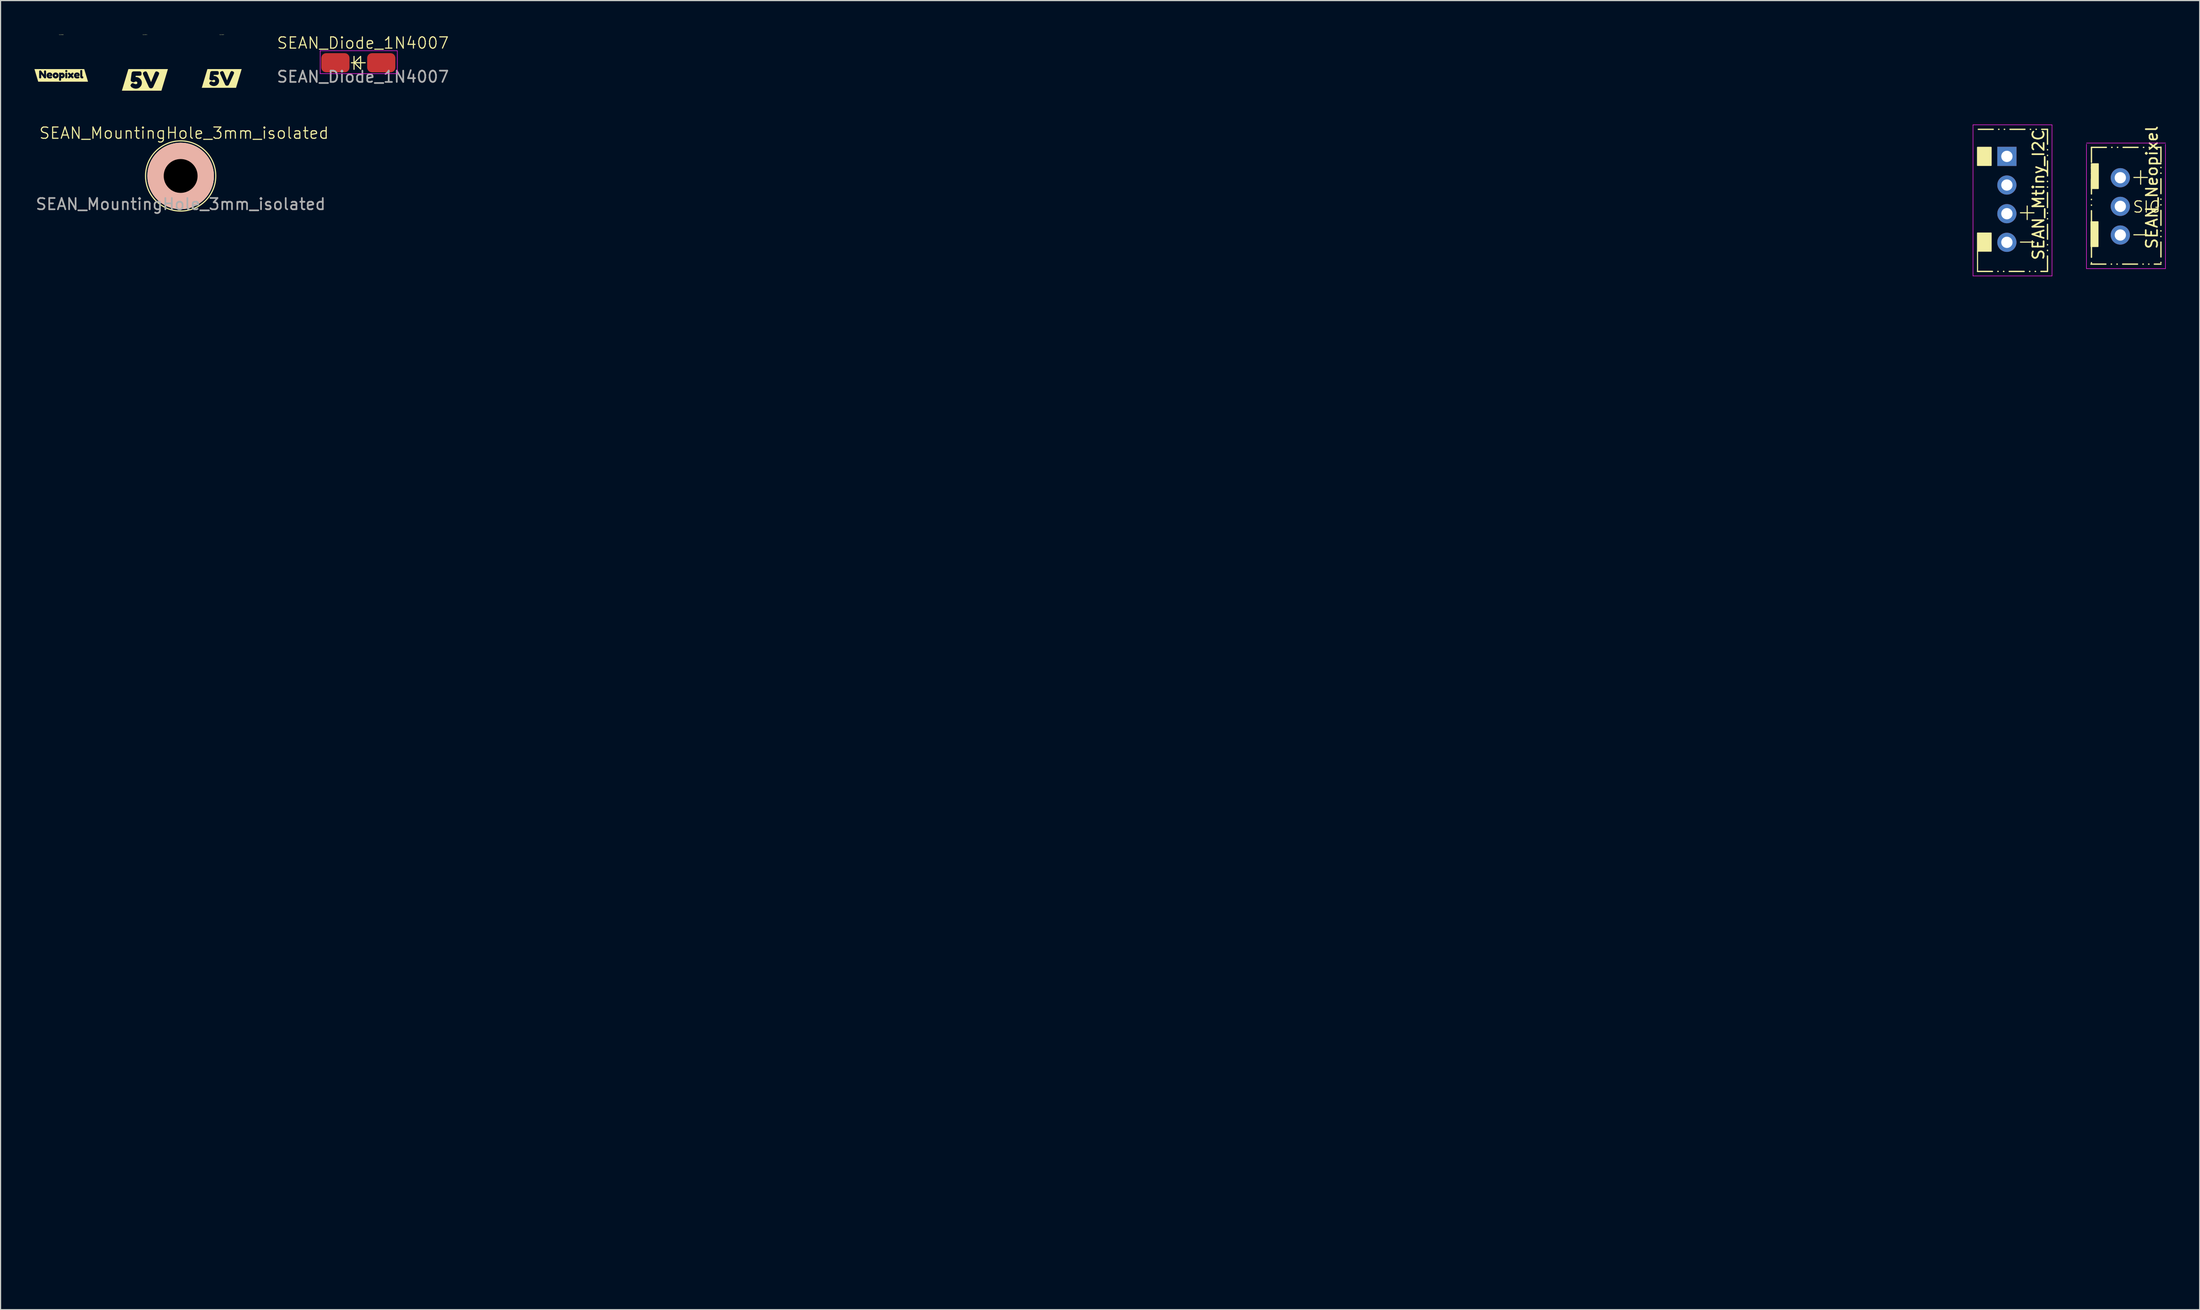
<source format=kicad_pcb>
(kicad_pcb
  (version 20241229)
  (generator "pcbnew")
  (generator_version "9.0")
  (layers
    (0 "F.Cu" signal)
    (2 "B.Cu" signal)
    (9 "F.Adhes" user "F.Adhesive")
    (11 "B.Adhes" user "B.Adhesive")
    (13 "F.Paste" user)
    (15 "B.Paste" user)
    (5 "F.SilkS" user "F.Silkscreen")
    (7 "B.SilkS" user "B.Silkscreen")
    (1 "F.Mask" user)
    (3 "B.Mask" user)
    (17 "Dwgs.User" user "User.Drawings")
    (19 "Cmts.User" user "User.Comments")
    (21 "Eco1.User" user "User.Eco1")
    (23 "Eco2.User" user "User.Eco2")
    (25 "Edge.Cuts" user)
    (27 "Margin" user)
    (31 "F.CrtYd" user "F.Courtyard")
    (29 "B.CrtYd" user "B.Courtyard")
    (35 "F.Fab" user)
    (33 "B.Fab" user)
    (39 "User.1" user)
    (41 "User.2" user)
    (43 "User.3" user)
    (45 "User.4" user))
  (footprint "kibuzzard-66916E83"
    (layer "F.Cu")
    (at 2.375 3.634)
    (property "Reference" "kibuzzard-66916E83" (at 0 -3.608 0) (layer "F.SilkS") (effects (font (size 0.025 0.025) (thickness 0.15))))
    (attr board_only exclude_from_pos_files exclude_from_bom)
    (fp_poly (pts (xy -1.106 -0.031) (xy -0.993 -0.031) (xy -0.966 -0.055) (xy -0.982 -0.084) (xy -1.025 -0.095) (xy -1.082 -0.075) (xy -1.106 -0.031)) (stroke (width 0) (type solid)) (fill yes) (layer "F.SilkS"))
    (fp_poly (pts (xy 1.321 -0.031) (xy 1.433 -0.031) (xy 1.46 -0.055) (xy 1.444 -0.084) (xy 1.401 -0.095) (xy 1.344 -0.075) (xy 1.321 -0.031)) (stroke (width 0) (type solid)) (fill yes) (layer "F.SilkS"))
    (fp_poly (pts (xy -0.416 0.008) (xy -0.439 -0.052) (xy -0.5 -0.074) (xy -0.556 -0.05) (xy -0.58 0.009) (xy -0.554 0.07) (xy -0.499 0.09) (xy -0.443 0.07) (xy -0.416 0.008)) (stroke (width 0) (type solid)) (fill yes) (layer "F.SilkS"))
    (fp_poly (pts (xy 0.131 0.01) (xy 0.11 -0.042) (xy 0.059 -0.063) (xy 0.008 -0.042) (xy -0.013 0.01) (xy 0.008 0.06) (xy 0.058 0.082) (xy 0.109 0.06) (xy 0.131 0.01)) (stroke (width 0) (type solid)) (fill yes) (layer "F.SilkS"))
    (fp_poly (pts (xy -1.956 -0.56) (xy -2.039 -0.56) (xy -2.375 -0.56) (xy -2.039 0.56) (xy -1.956 0.56) (xy -1.866 0.56) (xy -1.866 0.264) (xy -1.917 0.257) (xy -1.944 0.234) (xy -1.954 0.207) (xy -1.956 0.172) (xy -1.956 -0.348) (xy -1.954 -0.382) (xy -1.944 -0.408) (xy -1.916 -0.43) (xy -1.864 -0.436) (xy -1.818 -0.43) (xy -1.793 -0.418) (xy -1.775 -0.397) (xy -1.524 -0.061) (xy -1.524 -0.348) (xy -1.522 -0.381) (xy -1.512 -0.408) (xy -1.484 -0.429) (xy -1.432 -0.436) (xy -1.38 -0.429) (xy -1.352 -0.406) (xy -1.342 -0.379) (xy -1.341 -0.344) (xy -1.341 0.173) (xy -1.342 0.207) (xy -1.352 0.234) (xy -1.38 0.257) (xy -1.433 0.264) (xy -1.485 0.258) (xy -1.514 0.237) (xy -1.774 -0.106) (xy -1.774 0.173) (xy -1.775 0.207) (xy -1.785 0.234) (xy -1.813 0.257) (xy -1.866 0.264) (xy -1.866 0.56) (xy -1.024 0.56) (xy -1.024 0.275) (xy -1.092 0.269) (xy -1.151 0.25) (xy -1.2 0.222) (xy -1.236 0.186) (xy -1.263 0.145) (xy -1.282 0.102) (xy -1.294 0.057) (xy -1.298 0.012) (xy -1.289 -0.062) (xy -1.264 -0.127) (xy -1.221 -0.181) (xy -1.165 -0.223) (xy -1.099 -0.248) (xy -1.023 -0.256) (xy -0.955 -0.249) (xy -0.897 -0.227) (xy -0.852 -0.191) (xy -0.807 -0.124) (xy -0.792 -0.054) (xy -0.799 -0.004) (xy -0.82 0.033) (xy -0.852 0.056) (xy -0.892 0.064) (xy -1.106 0.064) (xy -1.076 0.102) (xy -1.016 0.116) (xy -0.935 0.103) (xy -0.889 0.09) (xy -0.856 0.102) (xy -0.829 0.138) (xy -0.816 0.184) (xy -0.829 0.224) (xy -0.868 0.252) (xy -0.933 0.269) (xy -1.024 0.275) (xy -1.024 0.56) (xy -0.497 0.56) (xy -0.497 0.273) (xy -0.562 0.265) (xy -0.623 0.24) (xy -0.68 0.198) (xy -0.726 0.144) (xy -0.754 0.081) (xy -0.763 0.01) (xy -0.754 -0.06) (xy -0.728 -0.122) (xy -0.685 -0.178) (xy -0.63 -0.222) (xy -0.567 -0.248) (xy -0.499 -0.257) (xy -0.428 -0.248) (xy -0.365 -0.223) (xy -0.31 -0.18) (xy -0.267 -0.125) (xy -0.241 -0.062) (xy -0.232 0.009) (xy -0.242 0.082) (xy -0.269 0.146) (xy -0.315 0.2) (xy -0.372 0.24) (xy -0.432 0.265) (xy -0.497 0.273) (xy -0.497 0.56) (xy -0.103 0.56) (xy -0.103 0.476) (xy -0.147 0.471) (xy -0.173 0.458) (xy -0.187 0.438) (xy -0.192 0.415) (xy -0.192 0.388) (xy -0.192 -0.156) (xy -0.191 -0.189) (xy -0.182 -0.215) (xy -0.155 -0.238) (xy -0.104 -0.245) (xy -0.05 -0.237) (xy -0.017 -0.213) (xy 0.03 -0.236) (xy 0.082 -0.244) (xy 0.14 -0.235) (xy 0.193 -0.21) (xy 0.242 -0.167) (xy 0.282 -0.113) (xy 0.306 -0.055) (xy 0.313 0.008) (xy 0.306 0.071) (xy 0.282 0.128) (xy 0.243 0.179) (xy 0.194 0.22) (xy 0.141 0.244) (xy 0.082 0.252) (xy 0.031 0.245) (xy -0.013 0.226) (xy -0.013 0.387) (xy -0.014 0.42) (xy -0.023 0.448) (xy -0.051 0.469) (xy -0.103 0.476) (xy -0.103 0.56) (xy 0.449 0.56) (xy 0.449 0.264) (xy 0.397 0.257) (xy 0.37 0.234) (xy 0.36 0.207) (xy 0.359 0.173) (xy 0.359 -0.154) (xy 0.36 -0.187) (xy 0.37 -0.214) (xy 0.398 -0.237) (xy 0.449 -0.244) (xy 0.449 -0.293) (xy 0.397 -0.3) (xy 0.37 -0.323) (xy 0.36 -0.351) (xy 0.359 -0.384) (xy 0.36 -0.418) (xy 0.37 -0.445) (xy 0.398 -0.467) (xy 0.45 -0.474) (xy 0.501 -0.467) (xy 0.529 -0.444) (xy 0.538 -0.417) (xy 0.54 -0.383) (xy 0.538 -0.349) (xy 0.529 -0.322) (xy 0.501 -0.3) (xy 0.449 -0.293) (xy 0.449 -0.244) (xy 0.45 -0.244) (xy 0.501 -0.237) (xy 0.529 -0.214) (xy 0.538 -0.186) (xy 0.54 -0.152) (xy 0.54 0.174) (xy 0.538 0.208) (xy 0.529 0.234) (xy 0.501 0.257) (xy 0.449 0.264) (xy 0.449 0.56) (xy 1.002 0.56) (xy 1.002 0.27) (xy 0.94 0.234) (xy 0.844 0.137) (xy 0.747 0.234) (xy 0.685 0.27) (xy 0.621 0.234) (xy 0.585 0.168) (xy 0.621 0.107) (xy 0.717 0.009) (xy 0.621 -0.089) (xy 0.584 -0.15) (xy 0.621 -0.217) (xy 0.685 -0.253) (xy 0.747 -0.217) (xy 0.844 -0.119) (xy 0.94 -0.217) (xy 1.003 -0.253) (xy 1.067 -0.217) (xy 1.104 -0.151) (xy 1.067 -0.089) (xy 0.97 0.009) (xy 1.067 0.107) (xy 1.104 0.168) (xy 1.067 0.234) (xy 1.002 0.27) (xy 1.002 0.56) (xy 1.402 0.56) (xy 1.402 0.275) (xy 1.335 0.269) (xy 1.276 0.25) (xy 1.227 0.222) (xy 1.19 0.186) (xy 1.163 0.145) (xy 1.144 0.102) (xy 1.132 0.057) (xy 1.129 0.012) (xy 1.137 -0.062) (xy 1.163 -0.127) (xy 1.205 -0.181) (xy 1.261 -0.223) (xy 1.327 -0.248) (xy 1.403 -0.256) (xy 1.472 -0.249) (xy 1.529 -0.227) (xy 1.575 -0.191) (xy 1.619 -0.124) (xy 1.634 -0.054) (xy 1.627 -0.004) (xy 1.607 0.033) (xy 1.575 0.056) (xy 1.534 0.064) (xy 1.321 0.064) (xy 1.351 0.102) (xy 1.41 0.116) (xy 1.491 0.103) (xy 1.537 0.09) (xy 1.57 0.102) (xy 1.597 0.138) (xy 1.61 0.184) (xy 1.597 0.224) (xy 1.558 0.252) (xy 1.493 0.269) (xy 1.402 0.275) (xy 1.402 0.56) (xy 1.892 0.56) (xy 1.892 0.264) (xy 1.836 0.262) (xy 1.794 0.257) (xy 1.731 0.229) (xy 1.694 0.167) (xy 1.687 0.12) (xy 1.684 0.059) (xy 1.684 -0.385) (xy 1.686 -0.42) (xy 1.695 -0.447) (xy 1.723 -0.469) (xy 1.776 -0.476) (xy 1.827 -0.469) (xy 1.854 -0.446) (xy 1.864 -0.418) (xy 1.866 -0.384) (xy 1.866 0.048) (xy 1.869 0.083) (xy 1.893 0.089) (xy 1.914 0.09) (xy 1.933 0.099) (xy 1.95 0.125) (xy 1.956 0.174) (xy 1.95 0.226) (xy 1.933 0.253) (xy 1.914 0.262) (xy 1.892 0.264) (xy 1.892 0.56) (xy 1.956 0.56) (xy 2.039 0.56) (xy 2.375 0.56) (xy 2.039 -0.56) (xy 1.956 -0.56) (xy -1.956 -0.56)) (stroke (width 0) (type solid)) (fill yes) (layer "F.SilkS")))
  (footprint "SEAN_Diode_1N4007"
    (layer "F.Cu")
    (at 28.702 2.513)
    (property "Reference" "SEAN_Diode_1N4007" (at 0.406 -1.753 0) (unlocked yes) (layer "F.SilkS") (effects (font (size 1 1) (thickness 0.1))))
    (attr smd)
    (fp_line (start -0.381 -0.559) (end -0.381 0.584) (stroke (width 0.1) (type default)) (layer "F.SilkS"))
    (fp_line (start -0.356 0) (end 0.203 0.559) (stroke (width 0.1) (type default)) (layer "F.SilkS"))
    (fp_line (start -0.356 0) (end 0.203 -0.559) (stroke (width 0.1) (type default)) (layer "F.SilkS"))
    (fp_line (start 0.203 0.559) (end 0.203 -0.559) (stroke (width 0.1) (type default)) (layer "F.SilkS"))
    (fp_line (start 0.61 0) (end -0.61 0) (stroke (width 0.1) (type default)) (layer "F.SilkS"))
    (fp_line (start -3.378 -1.067) (end 3.429 -1.067) (stroke (width 0.05) (type default)) (layer "F.CrtYd"))
    (fp_line (start -3.378 0.965) (end -3.378 -1.067) (stroke (width 0.05) (type default)) (layer "F.CrtYd"))
    (fp_line (start 3.454 -1.067) (end 3.454 0.965) (stroke (width 0.05) (type default)) (layer "F.CrtYd"))
    (fp_line (start 3.454 0.965) (end -3.378 0.965) (stroke (width 0.05) (type default)) (layer "F.CrtYd"))
    (fp_text user "${REFERENCE}" (at 0.406 1.247 0) (unlocked yes) (layer "F.Fab") (effects (font (size 1 1) (thickness 0.15))))
    (pad "1" smd roundrect (at -2.032 0) (size 2.5 1.7) (layers "F.Cu" "F.Mask" "F.Paste") (roundrect_rratio 0.25))
    (pad "2" smd roundrect (at 2.032 0) (size 2.5 1.7) (layers "F.Cu" "F.Mask" "F.Paste") (roundrect_rratio 0.25)))
  (footprint "SEAN_Mtiny_I2C"
    (layer "F.Cu")
    (at 174.783 10.817)
    (property "Reference" "SEAN_Mtiny_I2C" (at 2.8 3.4 270) (layer "F.SilkS") (effects (font (size 1 1) (thickness 0.15))))
    (attr through_hole)
    (fp_line (start -2.6 10.2) (end -2.6 8.4) (stroke (width 0.1) (type default)) (layer "F.SilkS"))
    (fp_line (start -2.6 10.2) (end 3.6 10.2) (stroke (width 0.12) (type dash_dot_dot)) (layer "F.SilkS"))
    (fp_line (start -2.53 -2.4) (end 3.6 -2.4) (stroke (width 0.12) (type dash_dot_dot)) (layer "F.SilkS"))
    (fp_line (start 1.2 5) (end 2.4 5) (stroke (width 0.1) (type default)) (layer "F.SilkS"))
    (fp_line (start 1.2 7.6) (end 2.4 7.6) (stroke (width 0.1) (type default)) (layer "F.SilkS"))
    (fp_line (start 1.8 4.4) (end 1.8 5.6) (stroke (width 0.1) (type default)) (layer "F.SilkS"))
    (fp_line (start 3.6 -2.4) (end 3.6 10.2) (stroke (width 0.12) (type dash_dot_dot)) (layer "F.SilkS"))
    (fp_poly (pts (xy -2.6 8.4) (xy -1.4 8.4) (xy -1.4 6.8) (xy -2.6 6.8) (xy -2.6 0.8) (xy -1.4 0.8) (xy -1.4 -0.8) (xy -2.6 -0.8) (xy -2.6 -2.4)) (stroke (width 0.1) (type solid)) (fill yes) (layer "F.SilkS"))
    (fp_line (start -3 -2.8) (end -3 10.6) (stroke (width 0.05) (type solid)) (layer "F.CrtYd"))
    (fp_line (start -3 10.6) (end 4 10.6) (stroke (width 0.05) (type solid)) (layer "F.CrtYd"))
    (fp_line (start 4 -2.8) (end -3 -2.8) (stroke (width 0.05) (type solid)) (layer "F.CrtYd"))
    (fp_line (start 4 10.6) (end 4 -2.8) (stroke (width 0.05) (type solid)) (layer "F.CrtYd"))
    (pad "1" thru_hole oval (at 0 7.62) (size 1.7 1.7) (drill 1) (layers "*.Cu" "*.Mask"))
    (pad "2" thru_hole oval (at 0 5.08) (size 1.7 1.7) (drill 1) (layers "*.Cu" "*.Mask"))
    (pad "3" thru_hole oval (at 0 2.54) (size 1.7 1.7) (drill 1) (layers "*.Cu" "*.Mask"))
    (pad "4" thru_hole rect (at 0 0) (size 1.7 1.7) (drill 1) (layers "*.Cu" "*.Mask")))
  (footprint "kibuzzard-6691741D"
    (layer "F.Cu")
    (at 9.79 4.033)
    (property "Reference" "kibuzzard-6691741D" (at 0 -4.007 0) (layer "F.SilkS") (effects (font (size 0.025 0.025) (thickness 0.15))))
    (attr board_only exclude_from_pos_files exclude_from_bom)
    (fp_poly (pts (xy -1.285 -0.959) (xy -1.464 -0.959) (xy -2.04 0.959) (xy -1.464 0.959) (xy -1.285 0.959) (xy -0.79 0.959) (xy -0.79 0.78) (xy -0.906 0.771) (xy -1.013 0.742) (xy -1.159 0.668) (xy -1.204 0.63) (xy -1.285 0.499) (xy -1.206 0.353) (xy -1.073 0.28) (xy -0.927 0.351) (xy -0.803 0.385) (xy -0.7 0.353) (xy -0.663 0.263) (xy -0.702 0.174) (xy -0.796 0.138) (xy -0.88 0.168) (xy -1 0.22) (xy -1.139 0.177) (xy -1.235 0.113) (xy -1.262 0.05) (xy -1.182 -0.559) (xy -1.172 -0.619) (xy -1.147 -0.678) (xy -1.087 -0.735) (xy -0.985 -0.754) (xy -0.494 -0.752) (xy -0.42 -0.748) (xy -0.362 -0.727) (xy -0.313 -0.667) (xy -0.298 -0.55) (xy -0.312 -0.443) (xy -0.358 -0.386) (xy -0.414 -0.367) (xy -0.483 -0.364) (xy -0.813 -0.364) (xy -0.828 -0.25) (xy -0.792 -0.254) (xy -0.781 -0.254) (xy -0.651 -0.237) (xy -0.531 -0.187) (xy -0.423 -0.103) (xy -0.337 0.003) (xy -0.285 0.12) (xy -0.268 0.248) (xy -0.285 0.39) (xy -0.335 0.516) (xy -0.418 0.627) (xy -0.526 0.712) (xy -0.65 0.763) (xy -0.79 0.78) (xy -0.79 0.959) (xy 0.547 0.959) (xy 0.547 0.75) (xy 0.427 0.723) (xy 0.354 0.643) (xy -0.155 -0.475) (xy -0.176 -0.624) (xy -0.056 -0.726) (xy 0.105 -0.759) (xy 0.204 -0.636) (xy 0.543 0.198) (xy 0.882 -0.636) (xy 0.983 -0.758) (xy 1.142 -0.726) (xy 1.265 -0.623) (xy 1.24 -0.475) (xy 0.732 0.643) (xy 0.658 0.721) (xy 0.547 0.75) (xy 0.547 0.959) (xy 1.285 0.959) (xy 1.464 0.959) (xy 2.04 -0.959) (xy 1.464 -0.959) (xy 1.285 -0.959) (xy -1.285 -0.959)) (stroke (width 0) (type solid)) (fill yes) (layer "F.SilkS")))
  (footprint "SEAN_MountingHole_3mm_isolated"
    (layer "F.Cu")
    (at 12.958 12.552)
    (property "Reference" "SEAN_MountingHole_3mm_isolated" (at 0.3 -3.8 0) (unlocked yes) (layer "F.SilkS") (effects (font (size 1 1) (thickness 0.1))))
    (attr through_hole)
    (fp_circle (center 0 0) (end 2.2 -2.2) (stroke (width 0.1) (type default)) (fill no) (layer "F.SilkS"))
    (fp_circle (center 0 0) (end 2.2 0) (stroke (width 1.5) (type default)) (fill no) (layer "F.SilkS"))
    (fp_circle (center 0 0) (end 2.2 0) (stroke (width 1.5) (type default)) (fill no) (layer "B.SilkS"))
    (fp_text user "${REFERENCE}" (at 0 2.5 0) (unlocked yes) (layer "F.Fab") (effects (font (size 1 1) (thickness 0.15))))
    (pad "" np_thru_hole circle (at 0 0) (size 6 6) (drill 3) (layers "*.Mask"))
    (zone (net_name "") (layers "F.Cu" "B.Cu" "F.SilkS" "B.SilkS") (hatch edge 0.5) (connect_pads) (min_thickness 0.25) (filled_areas_thickness no) (keepout (tracks not_allowed) (vias not_allowed) (pads allowed) (copperpour not_allowed) (footprints allowed)) (placement (enabled no)) (fill) (polygon (pts (xy 168.758 108.677) (xy 167.358 110.077) (xy 164.058 110.077) (xy 162.458 108.477) (xy 162.458 105.377) (xy 164.158 103.677) (xy 167.158 103.677) (xy 168.758 105.277)))))
  (footprint "kibuzzard-66917287"
    (layer "F.Cu")
    (at 16.597 3.905)
    (property "Reference" "kibuzzard-66917287" (at 0 -3.879 180) (layer "F.SilkS") (effects (font (size 0.025 0.025) (thickness 0.15))))
    (attr board_only exclude_from_pos_files exclude_from_bom)
    (fp_poly (pts (xy -1.114 -0.831) (xy -1.269 -0.831) (xy -1.768 0.831) (xy -1.269 0.831) (xy -1.114 0.831) (xy -0.684 0.831) (xy -0.684 0.676) (xy -0.785 0.668) (xy -0.878 0.643) (xy -1.004 0.579) (xy -1.043 0.546) (xy -1.114 0.432) (xy -1.045 0.306) (xy -0.93 0.243) (xy -0.803 0.304) (xy -0.696 0.334) (xy -0.606 0.306) (xy -0.575 0.228) (xy -0.608 0.151) (xy -0.69 0.12) (xy -0.763 0.146) (xy -0.867 0.191) (xy -0.988 0.153) (xy -1.07 0.098) (xy -1.094 0.044) (xy -1.025 -0.484) (xy -1.015 -0.537) (xy -0.994 -0.588) (xy -0.942 -0.637) (xy -0.854 -0.654) (xy -0.428 -0.652) (xy -0.364 -0.648) (xy -0.313 -0.63) (xy -0.272 -0.578) (xy -0.259 -0.477) (xy -0.271 -0.384) (xy -0.311 -0.335) (xy -0.359 -0.318) (xy -0.418 -0.315) (xy -0.705 -0.315) (xy -0.718 -0.217) (xy -0.686 -0.22) (xy -0.677 -0.22) (xy -0.564 -0.206) (xy -0.46 -0.162) (xy -0.366 -0.089) (xy -0.292 0.003) (xy -0.247 0.104) (xy -0.232 0.215) (xy -0.247 0.338) (xy -0.29 0.447) (xy -0.363 0.543) (xy -0.456 0.617) (xy -0.564 0.661) (xy -0.684 0.676) (xy -0.684 0.831) (xy 0.474 0.831) (xy 0.474 0.65) (xy 0.37 0.627) (xy 0.307 0.557) (xy -0.134 -0.412) (xy -0.153 -0.541) (xy -0.048 -0.63) (xy 0.091 -0.657) (xy 0.177 -0.551) (xy 0.471 0.172) (xy 0.764 -0.551) (xy 0.852 -0.657) (xy 0.989 -0.63) (xy 1.096 -0.54) (xy 1.075 -0.412) (xy 0.634 0.557) (xy 0.57 0.625) (xy 0.474 0.65) (xy 0.474 0.831) (xy 1.114 0.831) (xy 1.269 0.831) (xy 1.768 -0.831) (xy 1.269 -0.831) (xy 1.114 -0.831) (xy -1.114 -0.831)) (stroke (width 0) (type solid)) (fill yes) (layer "F.SilkS")))
  (footprint "SEAN_Neopixel"
    (layer "F.Cu")
    (at 184.833 10.169)
    (property "Reference" "SEAN_Neopixel" (at 2.8 3.4 270) (layer "F.SilkS") (effects (font (size 1 1) (thickness 0.15))))
    (attr through_hole)
    (fp_line (start -2.6 10.2) (end 3.6 10.2) (stroke (width 0.12) (type dash_dot_dot)) (layer "F.SilkS"))
    (fp_line (start -2.557 -0.152) (end -2.557 10.225) (stroke (width 0.12) (type dash_dot_dot)) (layer "F.SilkS"))
    (fp_line (start -2.557 -0.152) (end 3.573 -0.152) (stroke (width 0.12) (type dash_dot_dot)) (layer "F.SilkS"))
    (fp_line (start 1.2 7.6) (end 2.4 7.6) (stroke (width 0.1) (type default)) (layer "F.SilkS"))
    (fp_line (start 1.203 2.515) (end 2.403 2.515) (stroke (width 0.1) (type default)) (layer "F.SilkS"))
    (fp_line (start 1.803 1.915) (end 1.803 3.115) (stroke (width 0.1) (type default)) (layer "F.SilkS"))
    (fp_line (start 3.6 -0.178) (end 3.6 10.2) (stroke (width 0.12) (type dash_dot_dot)) (layer "F.SilkS"))
    (fp_rect (start -2.591 6.452) (end -1.981 8.636) (stroke (width 0.1) (type solid)) (fill yes) (layer "F.SilkS"))
    (fp_rect (start -2.565 1.308) (end -1.956 3.493) (stroke (width 0.1) (type solid)) (fill yes) (layer "F.SilkS"))
    (fp_line (start -3 -0.432) (end -3 10.6) (stroke (width 0.05) (type solid)) (layer "F.CrtYd"))
    (fp_line (start -3 10.6) (end 4 10.6) (stroke (width 0.05) (type solid)) (layer "F.CrtYd"))
    (fp_line (start 4 10.6) (end 4 -0.432) (stroke (width 0.05) (type solid)) (layer "F.CrtYd"))
    (fp_line (start 4.008 -0.533) (end -2.992 -0.533) (stroke (width 0.05) (type solid)) (layer "F.CrtYd"))
    (fp_text user "SIG" (at 1.041 5.715 0) (unlocked yes) (layer "F.SilkS") (effects (font (size 1 1) (thickness 0.1)) (justify left bottom)))
    (pad "1" thru_hole oval (at 0 7.62) (size 1.7 1.7) (drill 1) (layers "*.Cu" "*.Mask"))
    (pad "2" thru_hole oval (at 0 5.08) (size 1.7 1.7) (drill 1) (layers "*.Cu" "*.Mask"))
    (pad "3" thru_hole oval (at 0 2.54) (size 1.7 1.7) (drill 1) (layers "*.Cu" "*.Mask")))
  (gr_rect
    (start -3 -3)
    (end 191.866 113.077)
    (stroke (width 0.1) (type default))
    (fill no)
    (layer "Edge.Cuts")))
</source>
